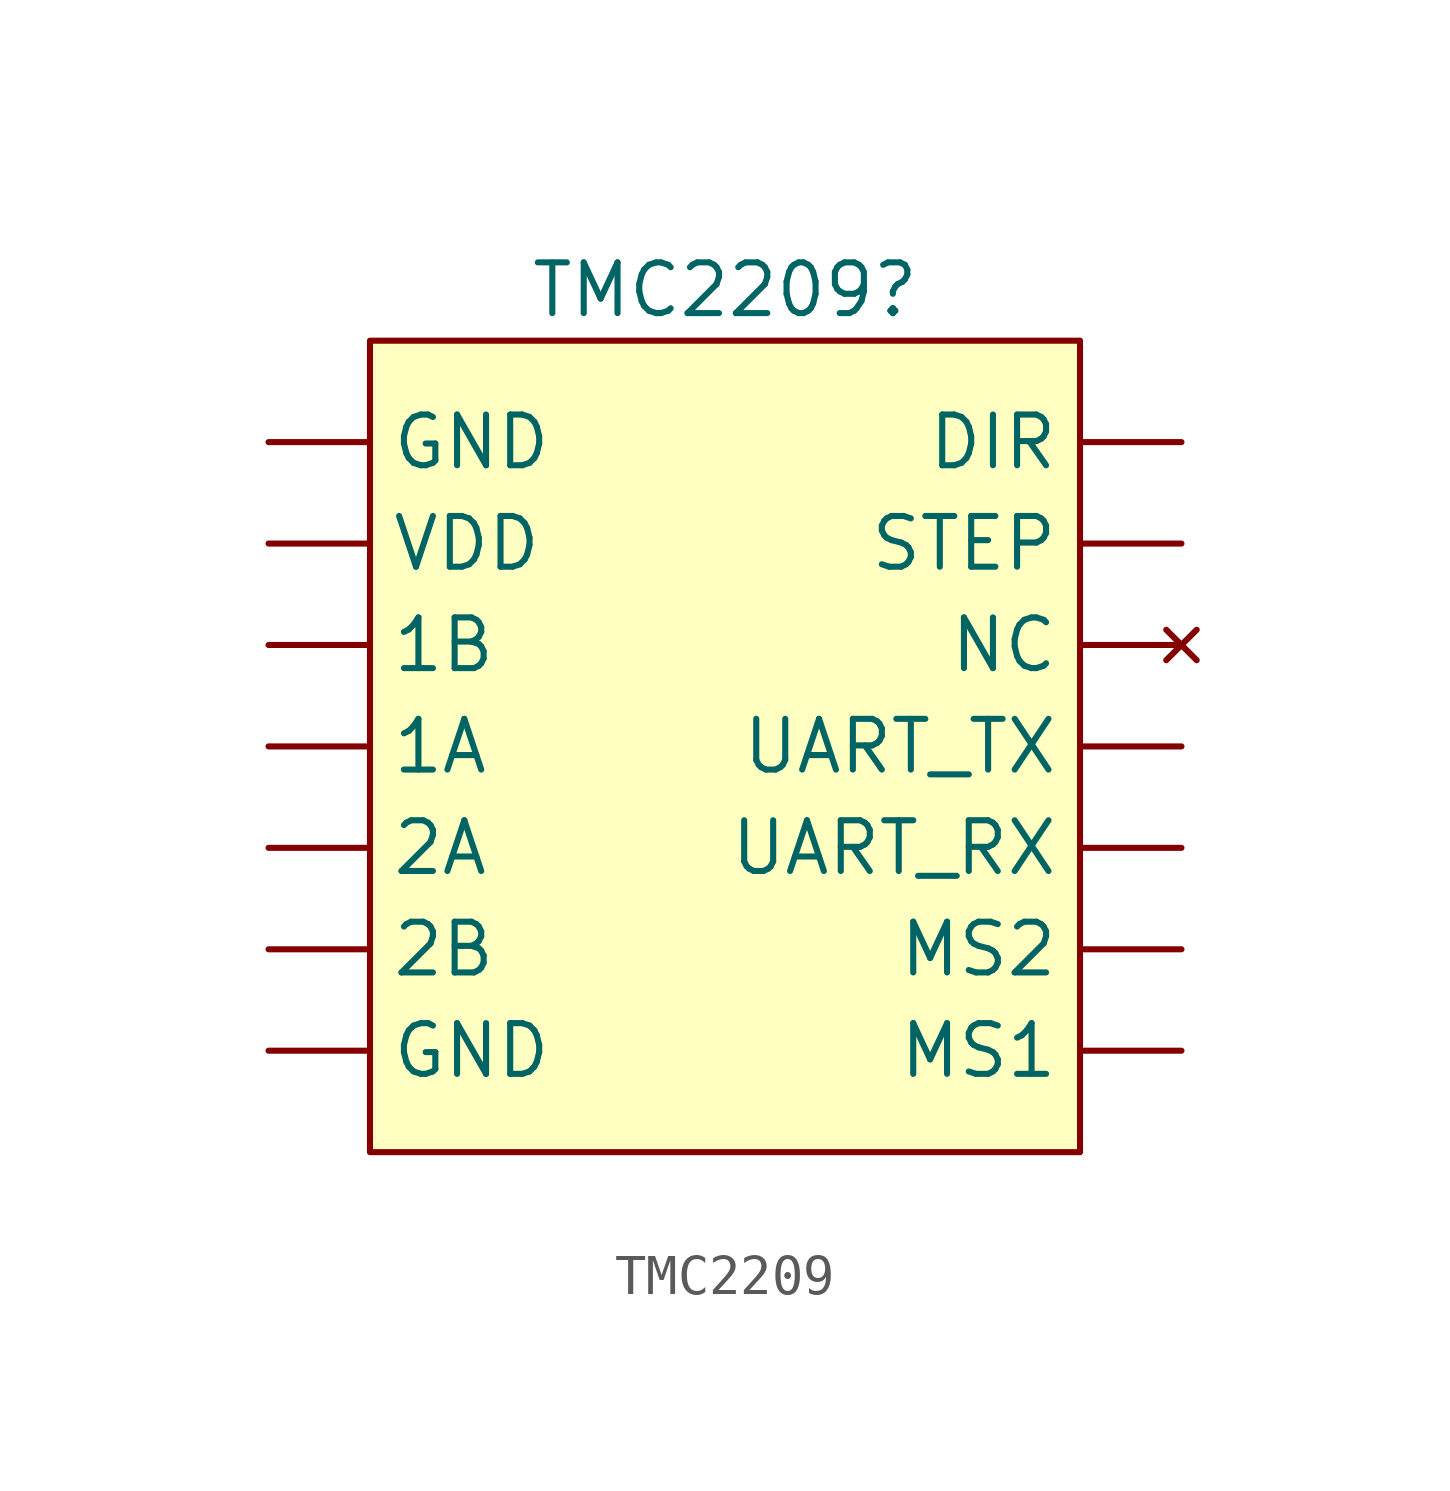
<source format=kicad_sym>
(kicad_symbol_lib
  (version 20220914)
  (generator kicad_symbol_editor)
  (symbol "TMC2209"
    (property "Reference" "TMC2209"
      (at 0 0 0)
      (effects (font (size 1.27 1.27))))
    (property "Value" ""
      (at 0 0 0)
      (effects (font (size 1.27 1.27))))
    (symbol "TMC2209_1_1"
      (rectangle (start -8.89 -1.27) (end 8.89 -21.59) (stroke (width 0) (type default)) (fill (type background)))
      (pin output line (at -11.43 -11.43 0) (length 2.54) (name "1A" (effects (font (size 1.27 1.27)))) (number "" (effects (font (size 1.27 1.27)))))
      (pin output line (at -11.43 -8.89 0) (length 2.54) (name "1B" (effects (font (size 1.27 1.27)))) (number "" (effects (font (size 1.27 1.27)))))
      (pin output line (at -11.43 -13.97 0) (length 2.54) (name "2A" (effects (font (size 1.27 1.27)))) (number "" (effects (font (size 1.27 1.27)))))
      (pin output line (at -11.43 -16.51 0) (length 2.54) (name "2B" (effects (font (size 1.27 1.27)))) (number "" (effects (font (size 1.27 1.27)))))
      (pin input line (at 11.43 -3.81 180) (length 2.54) (name "DIR" (effects (font (size 1.27 1.27)))) (number "" (effects (font (size 1.27 1.27)))))
      (pin input line (at -11.43 -19.05 0) (length 2.54) (name "GND" (effects (font (size 1.27 1.27)))) (number "" (effects (font (size 1.27 1.27)))))
      (pin input line (at -11.43 -3.81 0) (length 2.54) (name "GND" (effects (font (size 1.27 1.27)))) (number "" (effects (font (size 1.27 1.27)))))
      (pin input line (at 11.43 -19.05 180) (length 2.54) (name "MS1" (effects (font (size 1.27 1.27)))) (number "" (effects (font (size 1.27 1.27)))))
      (pin input line (at 11.43 -16.51 180) (length 2.54) (name "MS2" (effects (font (size 1.27 1.27)))) (number "" (effects (font (size 1.27 1.27)))))
      (pin no_connect line (at 11.43 -8.89 180) (length 2.54) (name "NC" (effects (font (size 1.27 1.27)))) (number "" (effects (font (size 1.27 1.27)))))
      (pin input line (at 11.43 -6.35 180) (length 2.54) (name "STEP" (effects (font (size 1.27 1.27)))) (number "" (effects (font (size 1.27 1.27)))))
      (pin input line (at 11.43 -13.97 180) (length 2.54) (name "UART_RX" (effects (font (size 1.27 1.27)))) (number "" (effects (font (size 1.27 1.27)))))
      (pin output line (at 11.43 -11.43 180) (length 2.54) (name "UART_TX" (effects (font (size 1.27 1.27)))) (number "" (effects (font (size 1.27 1.27)))))
      (pin input line (at -11.43 -6.35 0) (length 2.54) (name "VDD" (effects (font (size 1.27 1.27)))) (number "" (effects (font (size 1.27 1.27))))))))
</source>
